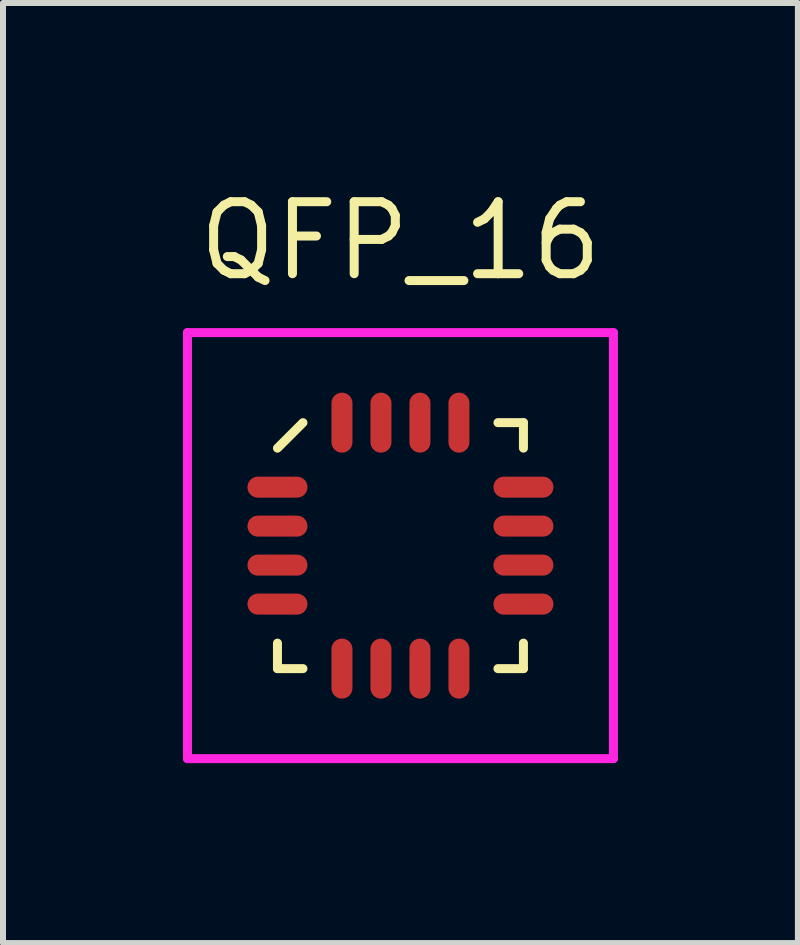
<source format=kicad_pcb>
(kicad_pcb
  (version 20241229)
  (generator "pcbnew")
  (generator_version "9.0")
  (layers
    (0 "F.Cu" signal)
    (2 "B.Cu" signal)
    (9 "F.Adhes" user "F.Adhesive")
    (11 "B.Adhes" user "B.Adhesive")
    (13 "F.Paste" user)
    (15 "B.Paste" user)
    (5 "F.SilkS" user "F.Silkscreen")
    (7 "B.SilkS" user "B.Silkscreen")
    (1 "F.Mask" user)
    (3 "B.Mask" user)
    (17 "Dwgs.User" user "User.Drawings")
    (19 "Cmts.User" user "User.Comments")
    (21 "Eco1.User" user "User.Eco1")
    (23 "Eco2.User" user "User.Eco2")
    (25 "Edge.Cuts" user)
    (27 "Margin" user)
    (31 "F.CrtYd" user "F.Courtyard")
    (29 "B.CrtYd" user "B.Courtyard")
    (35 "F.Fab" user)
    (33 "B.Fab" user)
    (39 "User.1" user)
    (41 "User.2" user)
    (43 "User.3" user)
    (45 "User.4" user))
  (footprint "QFP_16"
    (layer "F.Cu")
    (at 3.625 6.045)
    (property "Reference" "QFP_16" (at 0 -5.08 0) (layer "F.SilkS") (effects (font (size 1.2 1.2) (thickness 0.15))))
    (attr through_hole)
    (fp_line (start -2.05 -1.625) (end -1.625 -2.05) (stroke (width 0.15) (type solid)) (layer "F.SilkS"))
    (fp_line (start -2.05 2.05) (end -2.05 1.625) (stroke (width 0.15) (type solid)) (layer "F.SilkS"))
    (fp_line (start -1.625 2.05) (end -2.05 2.05) (stroke (width 0.15) (type solid)) (layer "F.SilkS"))
    (fp_line (start 1.625 -2.05) (end 2.05 -2.05) (stroke (width 0.15) (type solid)) (layer "F.SilkS"))
    (fp_line (start 1.625 2.05) (end 2.05 2.05) (stroke (width 0.15) (type solid)) (layer "F.SilkS"))
    (fp_line (start 2.05 -2.05) (end 2.05 -1.625) (stroke (width 0.15) (type solid)) (layer "F.SilkS"))
    (fp_line (start 2.05 2.05) (end 2.05 1.625) (stroke (width 0.15) (type solid)) (layer "F.SilkS"))
    (fp_line (start -3.55 -3.55) (end 3.55 -3.55) (stroke (width 0.15) (type solid)) (layer "F.CrtYd"))
    (fp_line (start -3.55 3.55) (end -3.55 -3.55) (stroke (width 0.15) (type solid)) (layer "F.CrtYd"))
    (fp_line (start 3.55 -3.55) (end 3.55 3.55) (stroke (width 0.15) (type solid)) (layer "F.CrtYd"))
    (fp_line (start 3.55 3.55) (end -3.55 3.55) (stroke (width 0.15) (type solid)) (layer "F.CrtYd"))
    (pad "1" smd oval (at -2.05 -0.975 90) (size 0.35 1) (layers "F.Cu" "F.Mask" "F.Paste"))
    (pad "2" smd oval (at -2.05 -0.325 90) (size 0.35 1) (layers "F.Cu" "F.Mask" "F.Paste"))
    (pad "3" smd oval (at -2.05 0.325 90) (size 0.35 1) (layers "F.Cu" "F.Mask" "F.Paste"))
    (pad "4" smd oval (at -2.05 0.975 90) (size 0.35 1) (layers "F.Cu" "F.Mask" "F.Paste"))
    (pad "5" smd oval (at -0.975 2.05) (size 0.35 1) (layers "F.Cu" "F.Mask" "F.Paste"))
    (pad "6" smd oval (at -0.325 2.05) (size 0.35 1) (layers "F.Cu" "F.Mask" "F.Paste"))
    (pad "7" smd oval (at 0.325 2.05) (size 0.35 1) (layers "F.Cu" "F.Mask" "F.Paste"))
    (pad "8" smd oval (at 0.975 2.05) (size 0.35 1) (layers "F.Cu" "F.Mask" "F.Paste"))
    (pad "9" smd oval (at 2.05 0.975 90) (size 0.35 1) (layers "F.Cu" "F.Mask" "F.Paste"))
    (pad "10" smd oval (at 2.05 0.325 90) (size 0.35 1) (layers "F.Cu" "F.Mask" "F.Paste"))
    (pad "11" smd oval (at 2.05 -0.325 90) (size 0.35 1) (layers "F.Cu" "F.Mask" "F.Paste"))
    (pad "12" smd oval (at 2.05 -0.975 90) (size 0.35 1) (layers "F.Cu" "F.Mask" "F.Paste"))
    (pad "13" smd oval (at 0.975 -2.05) (size 0.35 1) (layers "F.Cu" "F.Mask" "F.Paste"))
    (pad "14" smd oval (at 0.325 -2.05) (size 0.35 1) (layers "F.Cu" "F.Mask" "F.Paste"))
    (pad "15" smd oval (at -0.325 -2.05) (size 0.35 1) (layers "F.Cu" "F.Mask" "F.Paste"))
    (pad "16" smd oval (at -0.975 -2.05) (size 0.35 1) (layers "F.Cu" "F.Mask" "F.Paste")))
  (gr_rect
    (start -3 -3)
    (end 10.25 12.67)
    (stroke (width 0.1) (type default))
    (fill no)
    (layer "Edge.Cuts")))
</source>
